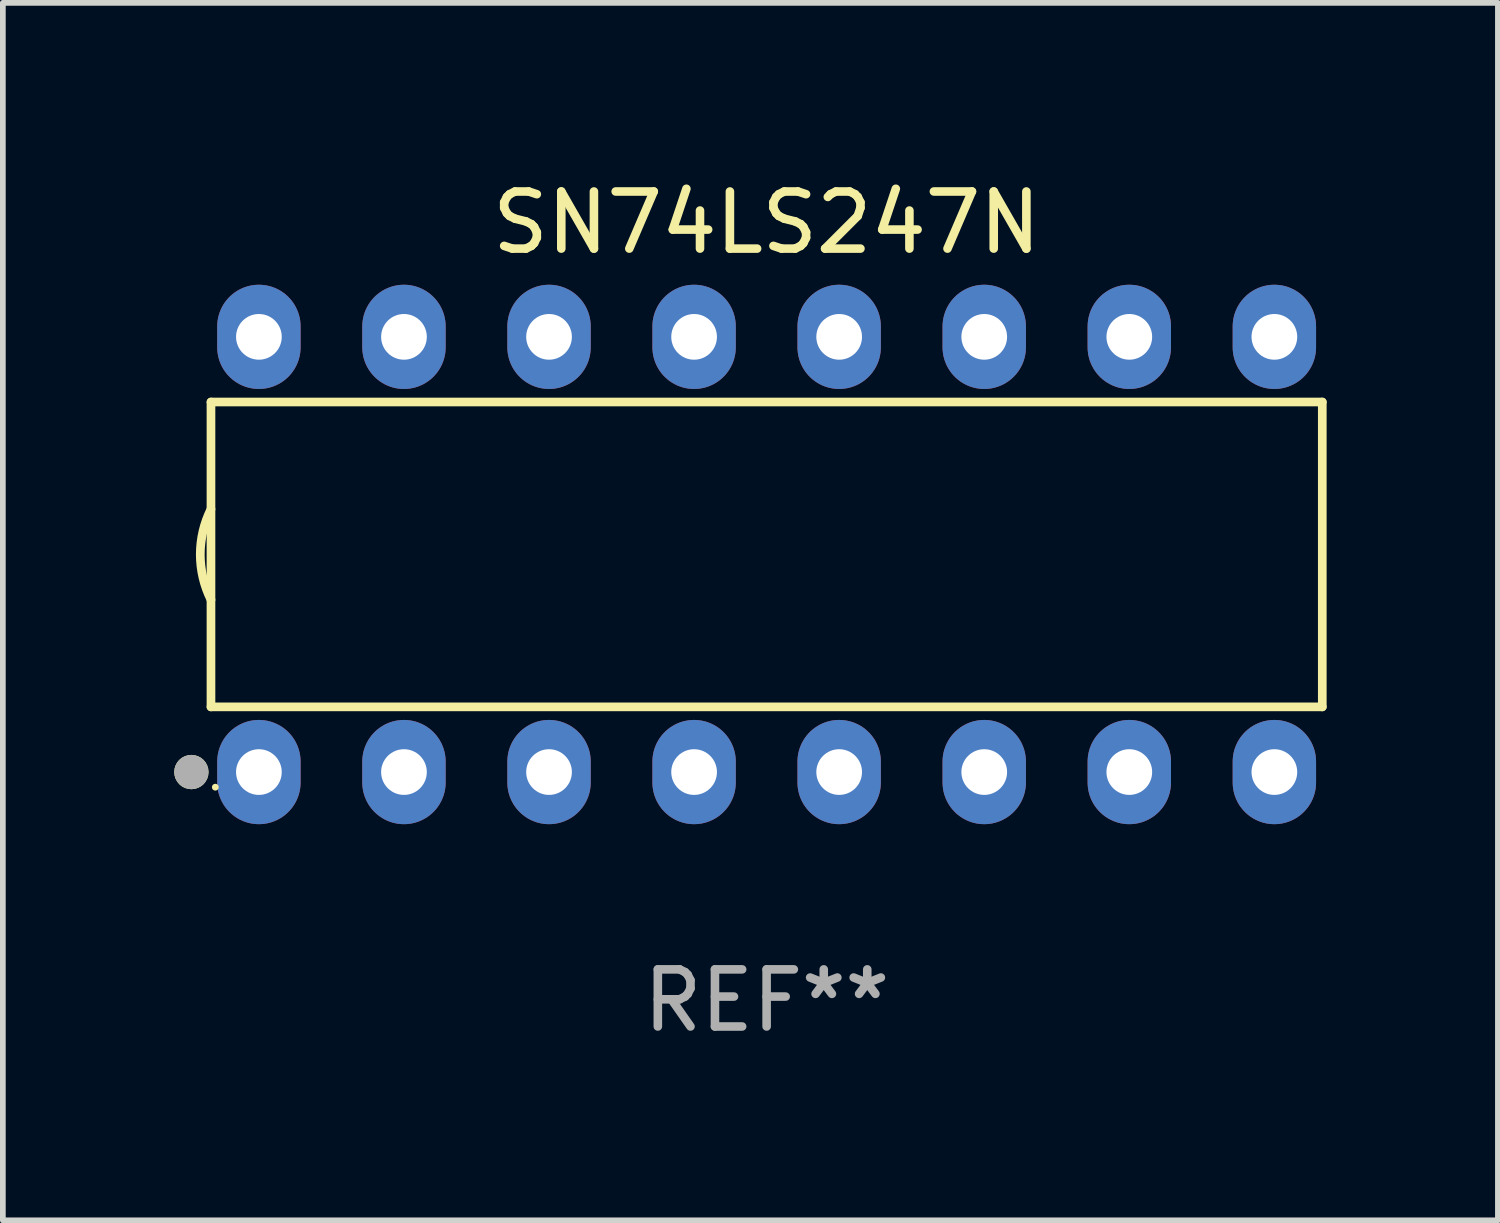
<source format=kicad_pcb>
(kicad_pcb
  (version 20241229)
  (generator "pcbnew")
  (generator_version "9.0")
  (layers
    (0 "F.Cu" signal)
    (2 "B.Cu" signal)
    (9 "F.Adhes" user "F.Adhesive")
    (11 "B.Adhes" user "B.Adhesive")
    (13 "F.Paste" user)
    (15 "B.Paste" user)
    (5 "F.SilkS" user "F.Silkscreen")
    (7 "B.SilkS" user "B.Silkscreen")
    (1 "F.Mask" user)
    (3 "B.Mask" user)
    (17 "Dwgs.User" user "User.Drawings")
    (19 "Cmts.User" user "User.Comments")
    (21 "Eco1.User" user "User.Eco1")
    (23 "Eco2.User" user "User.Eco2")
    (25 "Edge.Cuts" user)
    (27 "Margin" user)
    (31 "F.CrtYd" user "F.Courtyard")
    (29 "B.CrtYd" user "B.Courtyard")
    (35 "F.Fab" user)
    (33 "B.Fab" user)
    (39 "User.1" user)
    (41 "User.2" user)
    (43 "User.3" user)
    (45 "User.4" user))
  (footprint "SN74LS247N"
    (layer "F.Cu")
    (at 10.373 6.658)
    (property "Reference" "SN74LS247N" (at 0 -5.81 0) (layer "F.SilkS") (effects (font (size 1 1) (thickness 0.15))))
    (attr through_hole)
    (fp_line (start -9.729 -2.669) (end 9.729 -2.669) (stroke (width 0.152) (type solid)) (layer "F.SilkS"))
    (fp_line (start -9.729 2.669) (end -9.729 -2.669) (stroke (width 0.152) (type solid)) (layer "F.SilkS"))
    (fp_line (start 9.729 -2.669) (end 9.729 2.669) (stroke (width 0.152) (type solid)) (layer "F.SilkS"))
    (fp_line (start 9.729 2.669) (end -9.729 2.669) (stroke (width 0.152) (type solid)) (layer "F.SilkS"))
    (fp_arc (start -9.728727 0.793751) (mid -9.916106 0) (end -9.728727 -0.793752) (stroke (width 0.1524) (type solid)) (layer "F.SilkS"))
    (fp_circle (center -10.072 3.81) (end -9.922 3.81) (stroke (width 0.3) (type solid)) (fill no) (layer "F.SilkS"))
    (fp_circle (center -9.653 4.075) (end -9.623 4.075) (stroke (width 0.06) (type solid)) (fill no) (layer "F.SilkS"))
    (fp_circle (center -10.072 3.81) (end -9.922 3.81) (stroke (width 0.3) (type solid)) (fill no) (layer "F.Fab"))
    (fp_text user "REF**" (at 0 7.81 0) (layer "F.Fab") (effects (font (size 1 1) (thickness 0.15))))
    (pad "1" thru_hole oval (at -8.89 3.81) (size 1.46 1.825) (drill 0.8) (layers "*.Cu" "*.Mask"))
    (pad "2" thru_hole oval (at -6.35 3.81) (size 1.46 1.825) (drill 0.8) (layers "*.Cu" "*.Mask"))
    (pad "3" thru_hole oval (at -3.81 3.81) (size 1.46 1.825) (drill 0.8) (layers "*.Cu" "*.Mask"))
    (pad "4" thru_hole oval (at -1.27 3.81) (size 1.46 1.825) (drill 0.8) (layers "*.Cu" "*.Mask"))
    (pad "5" thru_hole oval (at 1.27 3.81) (size 1.46 1.825) (drill 0.8) (layers "*.Cu" "*.Mask"))
    (pad "6" thru_hole oval (at 3.81 3.81) (size 1.46 1.825) (drill 0.8) (layers "*.Cu" "*.Mask"))
    (pad "7" thru_hole oval (at 6.35 3.81) (size 1.46 1.825) (drill 0.8) (layers "*.Cu" "*.Mask"))
    (pad "8" thru_hole oval (at 8.89 3.81) (size 1.46 1.825) (drill 0.8) (layers "*.Cu" "*.Mask"))
    (pad "9" thru_hole oval (at 8.89 -3.81) (size 1.46 1.825) (drill 0.8) (layers "*.Cu" "*.Mask"))
    (pad "10" thru_hole oval (at 6.35 -3.81) (size 1.46 1.825) (drill 0.8) (layers "*.Cu" "*.Mask"))
    (pad "11" thru_hole oval (at 3.81 -3.81) (size 1.46 1.825) (drill 0.8) (layers "*.Cu" "*.Mask"))
    (pad "12" thru_hole oval (at 1.27 -3.81) (size 1.46 1.825) (drill 0.8) (layers "*.Cu" "*.Mask"))
    (pad "13" thru_hole oval (at -1.27 -3.81) (size 1.46 1.825) (drill 0.8) (layers "*.Cu" "*.Mask"))
    (pad "14" thru_hole oval (at -3.81 -3.81) (size 1.46 1.825) (drill 0.8) (layers "*.Cu" "*.Mask"))
    (pad "15" thru_hole oval (at -6.35 -3.81) (size 1.46 1.825) (drill 0.8) (layers "*.Cu" "*.Mask"))
    (pad "16" thru_hole oval (at -8.89 -3.81) (size 1.46 1.825) (drill 0.8) (layers "*.Cu" "*.Mask")))
  (gr_rect
    (start -3 -3)
    (end 23.177 18.317)
    (stroke (width 0.1) (type default))
    (fill no)
    (layer "Edge.Cuts")))
</source>
